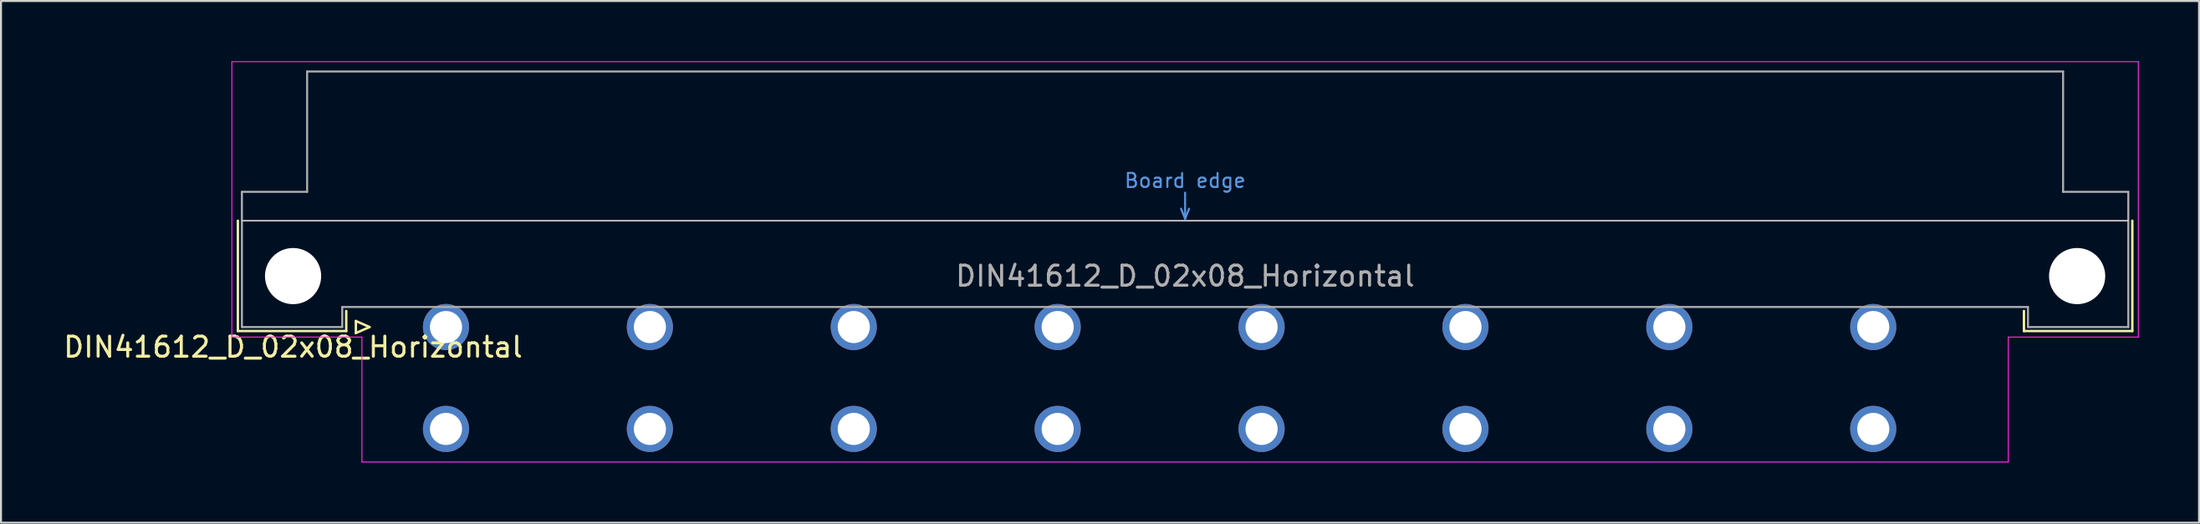
<source format=kicad_pcb>
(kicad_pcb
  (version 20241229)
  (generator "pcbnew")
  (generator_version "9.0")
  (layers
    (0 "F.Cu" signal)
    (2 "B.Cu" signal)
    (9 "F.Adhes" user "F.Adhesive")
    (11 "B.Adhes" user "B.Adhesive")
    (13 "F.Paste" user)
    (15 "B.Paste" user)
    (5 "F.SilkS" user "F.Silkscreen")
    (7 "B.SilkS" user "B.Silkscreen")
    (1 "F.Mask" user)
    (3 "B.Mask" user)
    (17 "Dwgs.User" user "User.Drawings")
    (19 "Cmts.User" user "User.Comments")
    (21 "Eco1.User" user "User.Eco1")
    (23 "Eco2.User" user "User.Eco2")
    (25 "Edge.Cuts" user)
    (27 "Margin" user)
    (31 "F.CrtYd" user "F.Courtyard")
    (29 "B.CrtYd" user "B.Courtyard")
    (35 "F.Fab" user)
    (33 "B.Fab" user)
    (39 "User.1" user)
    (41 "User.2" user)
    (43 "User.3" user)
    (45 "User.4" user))
  (footprint "DIN41612_D_02x08_Horizontal"
    (layer "F.Cu")
    (at 16.634 13.255)
    (property "Reference" "DIN41612_D_02x08_Horizontal" (at -5.08 1 0) (layer "F.SilkS") (effects (font (size 1 1) (thickness 0.15))))
    (attr through_hole)
    (fp_line (start -7.83 -5.3) (end -7.83 0.2) (stroke (width 0.12) (type solid)) (layer "F.SilkS"))
    (fp_line (start -7.83 0.2) (end -2.43 0.2) (stroke (width 0.12) (type solid)) (layer "F.SilkS"))
    (fp_line (start -2.43 0.2) (end -2.43 -0.8) (stroke (width 0.12) (type solid)) (layer "F.SilkS"))
    (fp_line (start -1.95 -0.3) (end -1.95 0.3) (stroke (width 0.12) (type solid)) (layer "F.SilkS"))
    (fp_line (start -1.95 0.3) (end -1.27 0) (stroke (width 0.12) (type solid)) (layer "F.SilkS"))
    (fp_line (start -1.27 0) (end -1.95 -0.3) (stroke (width 0.12) (type solid)) (layer "F.SilkS"))
    (fp_line (start 81.17 0.2) (end 81.17 -0.8) (stroke (width 0.12) (type solid)) (layer "F.SilkS"))
    (fp_line (start 86.57 -5.3) (end 86.57 0.2) (stroke (width 0.12) (type solid)) (layer "F.SilkS"))
    (fp_line (start 86.57 0.2) (end 81.17 0.2) (stroke (width 0.12) (type solid)) (layer "F.SilkS"))
    (fp_line (start -7.63 -5.3) (end 86.37 -5.3) (stroke (width 0.08) (type solid)) (layer "Dwgs.User"))
    (fp_line (start 39.17 -5.9) (end 39.37 -5.4) (stroke (width 0.1) (type solid)) (layer "Cmts.User"))
    (fp_line (start 39.37 -5.4) (end 39.37 -6.7) (stroke (width 0.1) (type solid)) (layer "Cmts.User"))
    (fp_line (start 39.37 -5.4) (end 39.57 -5.9) (stroke (width 0.1) (type solid)) (layer "Cmts.User"))
    (fp_line (start -8.13 -13.23) (end -8.13 0.5) (stroke (width 0.05) (type solid)) (layer "F.CrtYd"))
    (fp_line (start -8.13 0.5) (end -1.65 0.5) (stroke (width 0.05) (type solid)) (layer "F.CrtYd"))
    (fp_line (start -1.65 0.5) (end -1.65 6.73) (stroke (width 0.05) (type solid)) (layer "F.CrtYd"))
    (fp_line (start -1.65 6.73) (end 80.39 6.73) (stroke (width 0.05) (type solid)) (layer "F.CrtYd"))
    (fp_line (start 80.39 0.5) (end 86.87 0.5) (stroke (width 0.05) (type solid)) (layer "F.CrtYd"))
    (fp_line (start 80.39 6.73) (end 80.39 0.5) (stroke (width 0.05) (type solid)) (layer "F.CrtYd"))
    (fp_line (start 86.87 -13.23) (end -8.13 -13.23) (stroke (width 0.05) (type solid)) (layer "F.CrtYd"))
    (fp_line (start 86.87 0.5) (end 86.87 -13.23) (stroke (width 0.05) (type solid)) (layer "F.CrtYd"))
    (fp_line (start -7.63 -6.74) (end -7.63 0) (stroke (width 0.1) (type solid)) (layer "F.Fab"))
    (fp_line (start -7.63 0) (end -2.63 0) (stroke (width 0.1) (type solid)) (layer "F.Fab"))
    (fp_line (start -4.38 -12.74) (end -4.38 -6.74) (stroke (width 0.1) (type solid)) (layer "F.Fab"))
    (fp_line (start -4.38 -6.74) (end -7.63 -6.74) (stroke (width 0.1) (type solid)) (layer "F.Fab"))
    (fp_line (start -2.63 -1) (end 81.37 -1) (stroke (width 0.1) (type solid)) (layer "F.Fab"))
    (fp_line (start -2.63 0) (end -2.63 -1) (stroke (width 0.1) (type solid)) (layer "F.Fab"))
    (fp_line (start 81.37 -1) (end 81.37 0) (stroke (width 0.1) (type solid)) (layer "F.Fab"))
    (fp_line (start 81.37 0) (end 86.37 0) (stroke (width 0.1) (type solid)) (layer "F.Fab"))
    (fp_line (start 83.12 -12.74) (end -4.38 -12.74) (stroke (width 0.1) (type solid)) (layer "F.Fab"))
    (fp_line (start 83.12 -6.74) (end 83.12 -12.74) (stroke (width 0.1) (type solid)) (layer "F.Fab"))
    (fp_line (start 86.37 -6.74) (end 83.12 -6.74) (stroke (width 0.1) (type solid)) (layer "F.Fab"))
    (fp_line (start 86.37 0) (end 86.37 -6.74) (stroke (width 0.1) (type solid)) (layer "F.Fab"))
    (fp_text user "Board edge" (at 39.37 -7.3 0) (layer "Cmts.User") (effects (font (size 0.7 0.7) (thickness 0.1))))
    (fp_text user "${REFERENCE}" (at 39.37 -2.54 0) (layer "F.Fab") (effects (font (size 1 1) (thickness 0.15))))
    (pad "" np_thru_hole circle (at -5.08 -2.54) (size 2.8 2.8) (drill 2.8) (layers "*.Cu" "*.Mask"))
    (pad "" np_thru_hole circle (at 83.82 -2.54) (size 2.8 2.8) (drill 2.8) (layers "*.Cu" "*.Mask"))
    (pad "a2" thru_hole circle (at 2.54 0) (size 2.3 2.3) (drill 1.6) (layers "*.Cu" "*.Mask"))
    (pad "a6" thru_hole circle (at 12.7 0) (size 2.3 2.3) (drill 1.6) (layers "*.Cu" "*.Mask"))
    (pad "a10" thru_hole circle (at 22.86 0) (size 2.3 2.3) (drill 1.6) (layers "*.Cu" "*.Mask"))
    (pad "a14" thru_hole circle (at 33.02 0) (size 2.3 2.3) (drill 1.6) (layers "*.Cu" "*.Mask"))
    (pad "a18" thru_hole circle (at 43.18 0) (size 2.3 2.3) (drill 1.6) (layers "*.Cu" "*.Mask"))
    (pad "a22" thru_hole circle (at 53.34 0) (size 2.3 2.3) (drill 1.6) (layers "*.Cu" "*.Mask"))
    (pad "a26" thru_hole circle (at 63.5 0) (size 2.3 2.3) (drill 1.6) (layers "*.Cu" "*.Mask"))
    (pad "a30" thru_hole circle (at 73.66 0) (size 2.3 2.3) (drill 1.6) (layers "*.Cu" "*.Mask"))
    (pad "c2" thru_hole circle (at 2.54 5.08) (size 2.3 2.3) (drill 1.6) (layers "*.Cu" "*.Mask"))
    (pad "c6" thru_hole circle (at 12.7 5.08) (size 2.3 2.3) (drill 1.6) (layers "*.Cu" "*.Mask"))
    (pad "c10" thru_hole circle (at 22.86 5.08) (size 2.3 2.3) (drill 1.6) (layers "*.Cu" "*.Mask"))
    (pad "c14" thru_hole circle (at 33.02 5.08) (size 2.3 2.3) (drill 1.6) (layers "*.Cu" "*.Mask"))
    (pad "c18" thru_hole circle (at 43.18 5.08) (size 2.3 2.3) (drill 1.6) (layers "*.Cu" "*.Mask"))
    (pad "c22" thru_hole circle (at 53.34 5.08) (size 2.3 2.3) (drill 1.6) (layers "*.Cu" "*.Mask"))
    (pad "c26" thru_hole circle (at 63.5 5.08) (size 2.3 2.3) (drill 1.6) (layers "*.Cu" "*.Mask"))
    (pad "c30" thru_hole circle (at 73.66 5.08) (size 2.3 2.3) (drill 1.6) (layers "*.Cu" "*.Mask")))
  (gr_rect
    (start -3 -3)
    (end 106.529 23.01)
    (stroke (width 0.1) (type default))
    (fill no)
    (layer "Edge.Cuts")))
</source>
